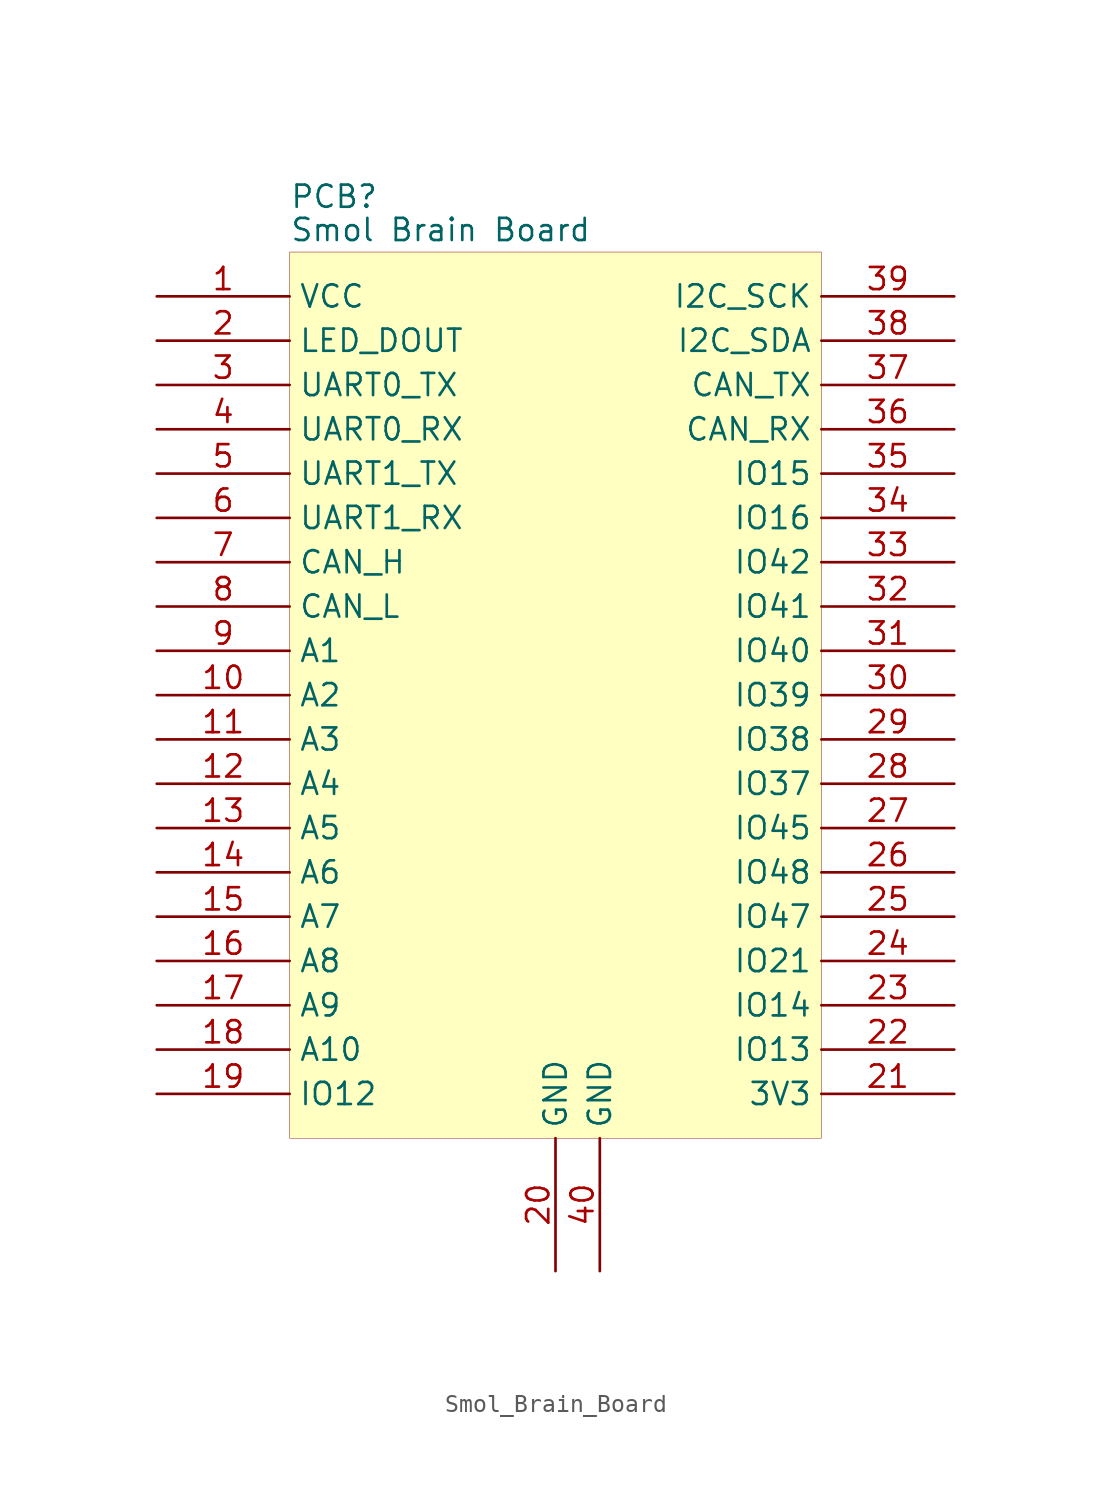
<source format=kicad_sym>
(kicad_symbol_lib
  (version 20241209)
  (generator "kicad_symbol_editor")
  (generator_version "9.0")
  (symbol "Smol_Brain_Board"
    (property "Reference" "PCB"
      (at -15.24 33.655 0)
      (effects (font (size 1.27 1.27)) (justify left)))
    (property "Value" "Smol Brain Board"
      (at -15.24 31.75 0)
      (effects (font (size 1.27 1.27)) (justify left)))
    (symbol "Smol_Brain_Board_1_0"
      (rectangle (start -15.24 30.48) (end 15.24 -20.32) (stroke (width 0.025) (type solid) (color 128 0 0 1)) (fill (type background)))
      (pin power_in line (at -22.86 27.94 0) (length 7.62) (name "VCC" (effects (font (size 1.27 1.27)))) (number "1" (effects (font (size 1.27 1.27)))))
      (pin bidirectional line (at -22.86 25.4 0) (length 7.62) (name "LED_DOUT" (effects (font (size 1.27 1.27)))) (number "2" (effects (font (size 1.27 1.27)))))
      (pin bidirectional line (at -22.86 22.86 0) (length 7.62) (name "UART0_TX" (effects (font (size 1.27 1.27)))) (number "3" (effects (font (size 1.27 1.27)))))
      (pin bidirectional line (at -22.86 20.32 0) (length 7.62) (name "UART0_RX" (effects (font (size 1.27 1.27)))) (number "4" (effects (font (size 1.27 1.27)))))
      (pin bidirectional line (at -22.86 17.78 0) (length 7.62) (name "UART1_TX" (effects (font (size 1.27 1.27)))) (number "5" (effects (font (size 1.27 1.27)))))
      (pin bidirectional line (at -22.86 15.24 0) (length 7.62) (name "UART1_RX" (effects (font (size 1.27 1.27)))) (number "6" (effects (font (size 1.27 1.27)))))
      (pin bidirectional line (at -22.86 12.7 0) (length 7.62) (name "CAN_H" (effects (font (size 1.27 1.27)))) (number "7" (effects (font (size 1.27 1.27)))))
      (pin bidirectional line (at -22.86 10.16 0) (length 7.62) (name "CAN_L" (effects (font (size 1.27 1.27)))) (number "8" (effects (font (size 1.27 1.27)))))
      (pin bidirectional line (at -22.86 7.62 0) (length 7.62) (name "A1" (effects (font (size 1.27 1.27)))) (number "9" (effects (font (size 1.27 1.27)))))
      (pin bidirectional line (at -22.86 5.08 0) (length 7.62) (name "A2" (effects (font (size 1.27 1.27)))) (number "10" (effects (font (size 1.27 1.27)))))
      (pin bidirectional line (at -22.86 2.54 0) (length 7.62) (name "A3" (effects (font (size 1.27 1.27)))) (number "11" (effects (font (size 1.27 1.27)))))
      (pin bidirectional line (at -22.86 0 0) (length 7.62) (name "A4" (effects (font (size 1.27 1.27)))) (number "12" (effects (font (size 1.27 1.27)))))
      (pin bidirectional line (at -22.86 -2.54 0) (length 7.62) (name "A5" (effects (font (size 1.27 1.27)))) (number "13" (effects (font (size 1.27 1.27)))))
      (pin bidirectional line (at -22.86 -5.08 0) (length 7.62) (name "A6" (effects (font (size 1.27 1.27)))) (number "14" (effects (font (size 1.27 1.27)))))
      (pin bidirectional line (at -22.86 -7.62 0) (length 7.62) (name "A7" (effects (font (size 1.27 1.27)))) (number "15" (effects (font (size 1.27 1.27)))))
      (pin bidirectional line (at -22.86 -10.16 0) (length 7.62) (name "A8" (effects (font (size 1.27 1.27)))) (number "16" (effects (font (size 1.27 1.27)))))
      (pin bidirectional line (at -22.86 -12.7 0) (length 7.62) (name "A9" (effects (font (size 1.27 1.27)))) (number "17" (effects (font (size 1.27 1.27)))))
      (pin bidirectional line (at -22.86 -15.24 0) (length 7.62) (name "A10" (effects (font (size 1.27 1.27)))) (number "18" (effects (font (size 1.27 1.27)))))
      (pin bidirectional line (at -22.86 -17.78 0) (length 7.62) (name "IO12" (effects (font (size 1.27 1.27)))) (number "19" (effects (font (size 1.27 1.27)))))
      (pin power_in line (at 0 -27.94 90) (length 7.62) (name "GND" (effects (font (size 1.27 1.27)))) (number "20" (effects (font (size 1.27 1.27)))))
      (pin power_in line (at 2.54 -27.94 90) (length 7.62) (name "GND" (effects (font (size 1.27 1.27)))) (number "40" (effects (font (size 1.27 1.27)))))
      (pin bidirectional line (at 22.86 27.94 180) (length 7.62) (name "I2C_SCK" (effects (font (size 1.27 1.27)))) (number "39" (effects (font (size 1.27 1.27)))))
      (pin bidirectional line (at 22.86 25.4 180) (length 7.62) (name "I2C_SDA" (effects (font (size 1.27 1.27)))) (number "38" (effects (font (size 1.27 1.27)))))
      (pin bidirectional line (at 22.86 22.86 180) (length 7.62) (name "CAN_TX" (effects (font (size 1.27 1.27)))) (number "37" (effects (font (size 1.27 1.27)))))
      (pin bidirectional line (at 22.86 20.32 180) (length 7.62) (name "CAN_RX" (effects (font (size 1.27 1.27)))) (number "36" (effects (font (size 1.27 1.27)))))
      (pin bidirectional line (at 22.86 17.78 180) (length 7.62) (name "IO15" (effects (font (size 1.27 1.27)))) (number "35" (effects (font (size 1.27 1.27)))))
      (pin bidirectional line (at 22.86 15.24 180) (length 7.62) (name "IO16" (effects (font (size 1.27 1.27)))) (number "34" (effects (font (size 1.27 1.27)))))
      (pin bidirectional line (at 22.86 12.7 180) (length 7.62) (name "IO42" (effects (font (size 1.27 1.27)))) (number "33" (effects (font (size 1.27 1.27)))))
      (pin bidirectional line (at 22.86 10.16 180) (length 7.62) (name "IO41" (effects (font (size 1.27 1.27)))) (number "32" (effects (font (size 1.27 1.27)))))
      (pin bidirectional line (at 22.86 7.62 180) (length 7.62) (name "IO40" (effects (font (size 1.27 1.27)))) (number "31" (effects (font (size 1.27 1.27)))))
      (pin bidirectional line (at 22.86 5.08 180) (length 7.62) (name "IO39" (effects (font (size 1.27 1.27)))) (number "30" (effects (font (size 1.27 1.27)))))
      (pin bidirectional line (at 22.86 2.54 180) (length 7.62) (name "IO38" (effects (font (size 1.27 1.27)))) (number "29" (effects (font (size 1.27 1.27)))))
      (pin bidirectional line (at 22.86 0 180) (length 7.62) (name "IO37" (effects (font (size 1.27 1.27)))) (number "28" (effects (font (size 1.27 1.27)))))
      (pin bidirectional line (at 22.86 -2.54 180) (length 7.62) (name "IO45" (effects (font (size 1.27 1.27)))) (number "27" (effects (font (size 1.27 1.27)))))
      (pin bidirectional line (at 22.86 -5.08 180) (length 7.62) (name "IO48" (effects (font (size 1.27 1.27)))) (number "26" (effects (font (size 1.27 1.27)))))
      (pin bidirectional line (at 22.86 -7.62 180) (length 7.62) (name "IO47" (effects (font (size 1.27 1.27)))) (number "25" (effects (font (size 1.27 1.27)))))
      (pin bidirectional line (at 22.86 -10.16 180) (length 7.62) (name "IO21" (effects (font (size 1.27 1.27)))) (number "24" (effects (font (size 1.27 1.27)))))
      (pin bidirectional line (at 22.86 -12.7 180) (length 7.62) (name "IO14" (effects (font (size 1.27 1.27)))) (number "23" (effects (font (size 1.27 1.27)))))
      (pin bidirectional line (at 22.86 -15.24 180) (length 7.62) (name "IO13" (effects (font (size 1.27 1.27)))) (number "22" (effects (font (size 1.27 1.27)))))
      (pin power_out line (at 22.86 -17.78 180) (length 7.62) (name "3V3" (effects (font (size 1.27 1.27)))) (number "21" (effects (font (size 1.27 1.27))))))))
</source>
